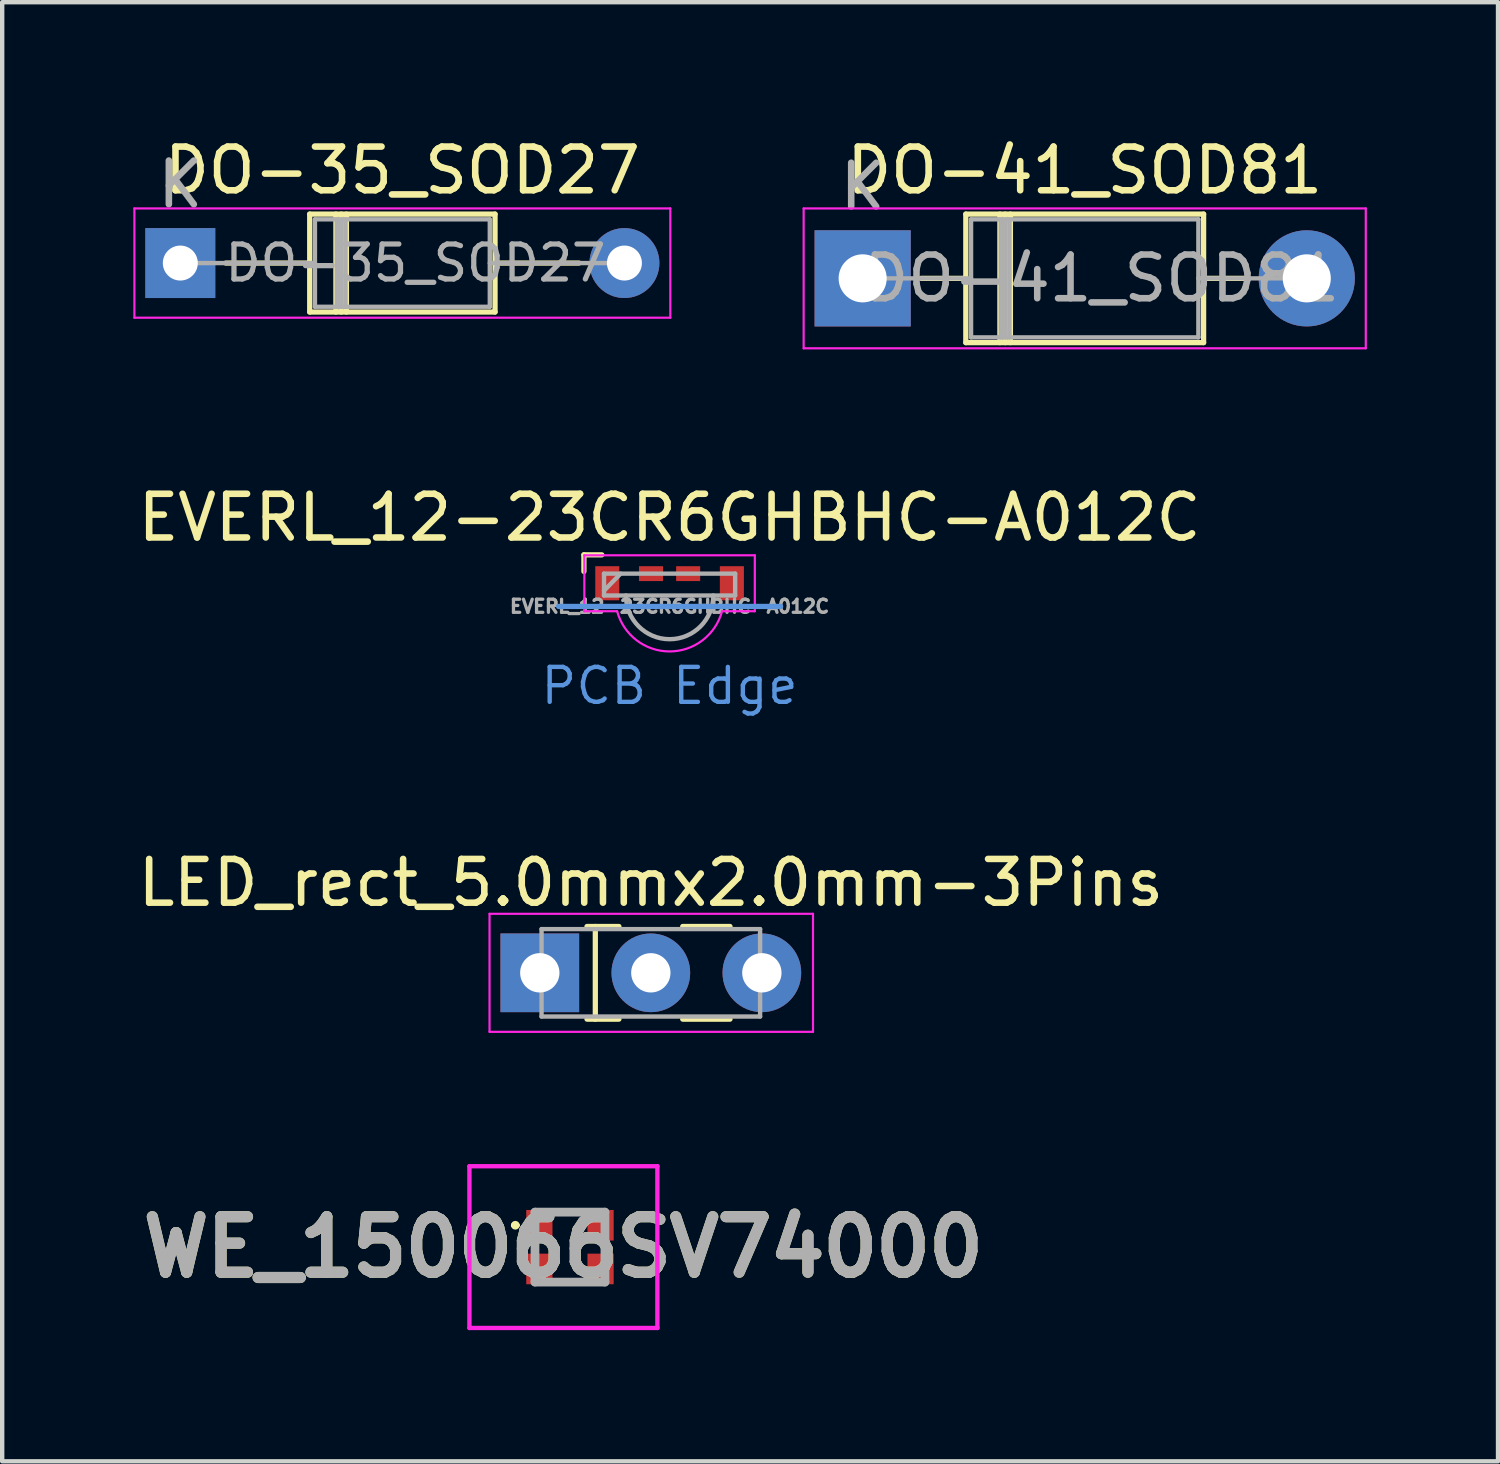
<source format=kicad_pcb>
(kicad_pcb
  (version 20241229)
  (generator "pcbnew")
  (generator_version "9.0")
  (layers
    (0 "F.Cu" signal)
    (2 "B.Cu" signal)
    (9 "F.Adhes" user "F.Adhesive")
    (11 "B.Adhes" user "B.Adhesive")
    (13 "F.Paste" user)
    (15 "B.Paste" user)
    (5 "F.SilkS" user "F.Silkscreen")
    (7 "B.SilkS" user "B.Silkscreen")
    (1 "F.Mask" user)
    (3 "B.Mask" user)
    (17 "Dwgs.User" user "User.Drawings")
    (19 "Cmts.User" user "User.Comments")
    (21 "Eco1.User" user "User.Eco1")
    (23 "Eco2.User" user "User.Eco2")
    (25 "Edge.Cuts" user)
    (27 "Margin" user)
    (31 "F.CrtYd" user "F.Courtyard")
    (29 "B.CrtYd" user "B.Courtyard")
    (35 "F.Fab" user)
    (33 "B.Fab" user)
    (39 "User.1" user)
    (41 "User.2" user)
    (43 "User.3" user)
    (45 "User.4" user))
  (footprint "EVERL_12-23CR6GHBHC-A012C"
    (layer "F.Cu")
    (at 12.268 10.823)
    (property "Reference" "EVERL_12-23CR6GHBHC-A012C" (at 0 -2.032 180) (layer "F.SilkS") (effects (font (size 1 1) (thickness 0.15))))
    (attr smd)
    (fp_line (start -1.96 -1.18) (end -1.55 -1.18) (stroke (width 0.12) (type solid)) (layer "F.SilkS"))
    (fp_line (start -1.96 -0.8) (end -1.96 -1.18) (stroke (width 0.12) (type solid)) (layer "F.SilkS"))
    (fp_line (start -2.54 0) (end 2.54 0) (stroke (width 0.12) (type default)) (layer "Cmts.User"))
    (fp_line (start -1.95 -1.17) (end -1.95 0.11) (stroke (width 0.05) (type solid)) (layer "F.CrtYd"))
    (fp_line (start -1.2 0.11) (end -1.95 0.11) (stroke (width 0.05) (type solid)) (layer "F.CrtYd"))
    (fp_line (start 1.95 -1.17) (end -1.95 -1.17) (stroke (width 0.05) (type solid)) (layer "F.CrtYd"))
    (fp_line (start 1.95 -1.17) (end 1.95 0.11) (stroke (width 0.05) (type solid)) (layer "F.CrtYd"))
    (fp_line (start 1.95 0.11) (end 1.2 0.11) (stroke (width 0.05) (type solid)) (layer "F.CrtYd"))
    (fp_arc (start 1.2 0.11) (mid 0 1.03) (end -1.2 0.11) (stroke (width 0.05) (type solid)) (layer "F.CrtYd"))
    (fp_line (start -1.5 -0.75) (end -1.5 -0.25) (stroke (width 0.1) (type solid)) (layer "F.Fab"))
    (fp_line (start -1.5 -0.36) (end -1.12 -0.75) (stroke (width 0.1) (type solid)) (layer "F.Fab"))
    (fp_line (start -1.5 -0.25) (end 1.5 -0.25) (stroke (width 0.1) (type solid)) (layer "F.Fab"))
    (fp_line (start 1.5 -0.75) (end -1.5 -0.75) (stroke (width 0.1) (type solid)) (layer "F.Fab"))
    (fp_line (start 1.5 -0.25) (end 1.5 -0.75) (stroke (width 0.1) (type solid)) (layer "F.Fab"))
    (fp_arc (start 1 -0.25) (mid 0 0.75) (end -1 -0.25) (stroke (width 0.1) (type solid)) (layer "F.Fab"))
    (fp_text user "PCB Edge" (at 0 2.286 0) (unlocked yes) (layer "Cmts.User") (effects (font (size 0.8 0.8) (thickness 0.1)) (justify bottom)))
    (fp_text user "${REFERENCE}" (at 0 0 180) (layer "F.Fab") (effects (font (size 0.3 0.3) (thickness 0.075))))
    (pad "1" smd rect (at 1.425 -0.53) (size 0.55 0.78) (layers "F.Cu" "F.Mask" "F.Paste"))
    (pad "2" smd rect (at 0.425 -0.75) (size 0.55 0.34) (layers "F.Cu" "F.Mask" "F.Paste"))
    (pad "3" smd rect (at -0.425 -0.75) (size 0.55 0.34) (layers "F.Cu" "F.Mask" "F.Paste"))
    (pad "4" smd rect (at -1.425 -0.53) (size 0.55 0.78) (layers "F.Cu" "F.Mask" "F.Paste")))
  (footprint "LED_rect_5.0mmx2.0mm-3Pins"
    (layer "F.Cu")
    (at 9.299 19.205)
    (property "Reference" "LED_rect_5.0mmx2.0mm-3Pins" (at 2.54 -2.06 0) (layer "F.SilkS") (effects (font (size 1 1) (thickness 0.15))))
    (attr through_hole)
    (fp_line (start 1.08 -1.06) (end 1.81 -1.06) (stroke (width 0.12) (type solid)) (layer "F.SilkS"))
    (fp_line (start 1.08 1.06) (end 1.81 1.06) (stroke (width 0.12) (type solid)) (layer "F.SilkS"))
    (fp_line (start 1.27 -1.06) (end 1.27 1.06) (stroke (width 0.12) (type solid)) (layer "F.SilkS"))
    (fp_line (start 3.27 -1.06) (end 4.351 -1.06) (stroke (width 0.12) (type solid)) (layer "F.SilkS"))
    (fp_line (start 3.27 1.06) (end 4.351 1.06) (stroke (width 0.12) (type solid)) (layer "F.SilkS"))
    (fp_line (start -1.15 -1.35) (end -1.15 1.35) (stroke (width 0.05) (type solid)) (layer "F.CrtYd"))
    (fp_line (start -1.15 1.35) (end 6.25 1.35) (stroke (width 0.05) (type solid)) (layer "F.CrtYd"))
    (fp_line (start 6.25 -1.35) (end -1.15 -1.35) (stroke (width 0.05) (type solid)) (layer "F.CrtYd"))
    (fp_line (start 6.25 1.35) (end 6.25 -1.35) (stroke (width 0.05) (type solid)) (layer "F.CrtYd"))
    (fp_line (start 0.04 -1) (end 0.04 1) (stroke (width 0.1) (type solid)) (layer "F.Fab"))
    (fp_line (start 0.04 1) (end 5.04 1) (stroke (width 0.1) (type solid)) (layer "F.Fab"))
    (fp_line (start 5.04 -1) (end 0.04 -1) (stroke (width 0.1) (type solid)) (layer "F.Fab"))
    (fp_line (start 5.04 1) (end 5.04 -1) (stroke (width 0.1) (type solid)) (layer "F.Fab"))
    (pad "1" thru_hole rect (at 0 0) (size 1.8 1.8) (drill 0.9) (layers "*.Cu" "*.Mask"))
    (pad "2" thru_hole circle (at 2.54 0) (size 1.8 1.8) (drill 0.9) (layers "*.Cu" "*.Mask"))
    (pad "3" thru_hole circle (at 5.08 0) (size 1.8 1.8) (drill 0.9) (layers "*.Cu" "*.Mask")))
  (footprint "WE_150066SV74000"
    (layer "F.Cu")
    (at 9.989 25.48)
    (property "Reference" "WE_150066SV74000" (at -0.15 0 0) (layer "F.SilkS") (effects (font (size 1.27 1.27) (thickness 0.254))))
    (attr smd)
    (fp_line (start -1.3 -0.5) (end -1.3 -0.5) (stroke (width 0.1) (type solid)) (layer "F.SilkS"))
    (fp_line (start -1.2 -0.5) (end -1.2 -0.5) (stroke (width 0.1) (type solid)) (layer "F.SilkS"))
    (fp_line (start -0.2 -0.8) (end 0.2 -0.8) (stroke (width 0.1) (type solid)) (layer "F.SilkS"))
    (fp_line (start -0.2 0.8) (end 0.2 0.8) (stroke (width 0.1) (type solid)) (layer "F.SilkS"))
    (fp_arc (start -1.3 -0.5) (mid -1.25 -0.55) (end -1.2 -0.5) (stroke (width 0.1) (type solid)) (layer "F.SilkS"))
    (fp_arc (start -1.2 -0.5) (mid -1.25 -0.45) (end -1.3 -0.5) (stroke (width 0.1) (type solid)) (layer "F.SilkS"))
    (fp_line (start -2.3 -1.85) (end 2 -1.85) (stroke (width 0.1) (type solid)) (layer "F.CrtYd"))
    (fp_line (start -2.3 1.85) (end -2.3 -1.85) (stroke (width 0.1) (type solid)) (layer "F.CrtYd"))
    (fp_line (start 2 -1.85) (end 2 1.85) (stroke (width 0.1) (type solid)) (layer "F.CrtYd"))
    (fp_line (start 2 1.85) (end -2.3 1.85) (stroke (width 0.1) (type solid)) (layer "F.CrtYd"))
    (fp_line (start -0.8 -0.8) (end 0.8 -0.8) (stroke (width 0.2) (type solid)) (layer "F.Fab"))
    (fp_line (start -0.8 0.8) (end -0.8 -0.8) (stroke (width 0.2) (type solid)) (layer "F.Fab"))
    (fp_line (start 0.8 -0.8) (end 0.8 0.8) (stroke (width 0.2) (type solid)) (layer "F.Fab"))
    (fp_line (start 0.8 0.8) (end -0.8 0.8) (stroke (width 0.2) (type solid)) (layer "F.Fab"))
    (fp_text user "${REFERENCE}" (at -0.15 0 0) (layer "F.Fab") (effects (font (size 1.27 1.27) (thickness 0.254))))
    (pad "1" smd rect (at -0.7 -0.5) (size 0.6 0.7) (layers "F.Cu" "F.Mask" "F.Paste"))
    (pad "2" smd rect (at 0.7 -0.5) (size 0.6 0.7) (layers "F.Cu" "F.Mask" "F.Paste"))
    (pad "3" smd rect (at -0.7 0.5) (size 0.6 0.7) (layers "F.Cu" "F.Mask" "F.Paste"))
    (pad "4" smd rect (at 0.7 0.5) (size 0.6 0.7) (layers "F.Cu" "F.Mask" "F.Paste")))
  (footprint "DO-41_SOD81"
    (layer "F.Cu")
    (at 16.685 3.318)
    (property "Reference" "DO-41_SOD81" (at 5.08 -2.47 0) (layer "F.SilkS") (effects (font (size 1 1) (thickness 0.15))))
    (attr through_hole)
    (fp_line (start 1.34 0) (end 2.36 0) (stroke (width 0.12) (type solid)) (layer "F.SilkS"))
    (fp_line (start 2.36 -1.47) (end 2.36 1.47) (stroke (width 0.12) (type solid)) (layer "F.SilkS"))
    (fp_line (start 2.36 1.47) (end 7.8 1.47) (stroke (width 0.12) (type solid)) (layer "F.SilkS"))
    (fp_line (start 3.14 -1.47) (end 3.14 1.47) (stroke (width 0.12) (type solid)) (layer "F.SilkS"))
    (fp_line (start 3.26 -1.47) (end 3.26 1.47) (stroke (width 0.12) (type solid)) (layer "F.SilkS"))
    (fp_line (start 3.38 -1.47) (end 3.38 1.47) (stroke (width 0.12) (type solid)) (layer "F.SilkS"))
    (fp_line (start 7.8 -1.47) (end 2.36 -1.47) (stroke (width 0.12) (type solid)) (layer "F.SilkS"))
    (fp_line (start 7.8 1.47) (end 7.8 -1.47) (stroke (width 0.12) (type solid)) (layer "F.SilkS"))
    (fp_line (start 8.82 0) (end 7.8 0) (stroke (width 0.12) (type solid)) (layer "F.SilkS"))
    (fp_line (start -1.35 -1.6) (end -1.35 1.6) (stroke (width 0.05) (type solid)) (layer "F.CrtYd"))
    (fp_line (start -1.35 1.6) (end 11.51 1.6) (stroke (width 0.05) (type solid)) (layer "F.CrtYd"))
    (fp_line (start 11.51 -1.6) (end -1.35 -1.6) (stroke (width 0.05) (type solid)) (layer "F.CrtYd"))
    (fp_line (start 11.51 1.6) (end 11.51 -1.6) (stroke (width 0.05) (type solid)) (layer "F.CrtYd"))
    (fp_line (start 0 0) (end 2.48 0) (stroke (width 0.1) (type solid)) (layer "F.Fab"))
    (fp_line (start 2.48 -1.35) (end 2.48 1.35) (stroke (width 0.1) (type solid)) (layer "F.Fab"))
    (fp_line (start 2.48 1.35) (end 7.68 1.35) (stroke (width 0.1) (type solid)) (layer "F.Fab"))
    (fp_line (start 3.16 -1.35) (end 3.16 1.35) (stroke (width 0.1) (type solid)) (layer "F.Fab"))
    (fp_line (start 3.26 -1.35) (end 3.26 1.35) (stroke (width 0.1) (type solid)) (layer "F.Fab"))
    (fp_line (start 3.36 -1.35) (end 3.36 1.35) (stroke (width 0.1) (type solid)) (layer "F.Fab"))
    (fp_line (start 7.68 -1.35) (end 2.48 -1.35) (stroke (width 0.1) (type solid)) (layer "F.Fab"))
    (fp_line (start 7.68 1.35) (end 7.68 -1.35) (stroke (width 0.1) (type solid)) (layer "F.Fab"))
    (fp_line (start 10.16 0) (end 7.68 0) (stroke (width 0.1) (type solid)) (layer "F.Fab"))
    (fp_text user "K" (at 0 -2.1 0) (layer "F.Fab") (effects (font (size 1 1) (thickness 0.15))))
    (fp_text user "${REFERENCE}" (at 5.47 0 0) (layer "F.Fab") (effects (font (size 1 1) (thickness 0.15))))
    (pad "1" thru_hole rect (at 0 0) (size 2.2 2.2) (drill 1.1) (layers "*.Cu" "*.Mask"))
    (pad "2" thru_hole oval (at 10.16 0) (size 2.2 2.2) (drill 1.1) (layers "*.Cu" "*.Mask")))
  (footprint "DO-35_SOD27"
    (layer "F.Cu")
    (at 1.075 2.968)
    (property "Reference" "DO-35_SOD27" (at 5.08 -2.12 0) (layer "F.SilkS") (effects (font (size 1 1) (thickness 0.15))))
    (attr through_hole)
    (fp_line (start 1.04 0) (end 2.96 0) (stroke (width 0.12) (type solid)) (layer "F.SilkS"))
    (fp_line (start 2.96 -1.12) (end 2.96 1.12) (stroke (width 0.12) (type solid)) (layer "F.SilkS"))
    (fp_line (start 2.96 1.12) (end 7.2 1.12) (stroke (width 0.12) (type solid)) (layer "F.SilkS"))
    (fp_line (start 3.56 -1.12) (end 3.56 1.12) (stroke (width 0.12) (type solid)) (layer "F.SilkS"))
    (fp_line (start 3.68 -1.12) (end 3.68 1.12) (stroke (width 0.12) (type solid)) (layer "F.SilkS"))
    (fp_line (start 3.8 -1.12) (end 3.8 1.12) (stroke (width 0.12) (type solid)) (layer "F.SilkS"))
    (fp_line (start 7.2 -1.12) (end 2.96 -1.12) (stroke (width 0.12) (type solid)) (layer "F.SilkS"))
    (fp_line (start 7.2 1.12) (end 7.2 -1.12) (stroke (width 0.12) (type solid)) (layer "F.SilkS"))
    (fp_line (start 9.12 0) (end 7.2 0) (stroke (width 0.12) (type solid)) (layer "F.SilkS"))
    (fp_line (start -1.05 -1.25) (end -1.05 1.25) (stroke (width 0.05) (type solid)) (layer "F.CrtYd"))
    (fp_line (start -1.05 1.25) (end 11.21 1.25) (stroke (width 0.05) (type solid)) (layer "F.CrtYd"))
    (fp_line (start 11.21 -1.25) (end -1.05 -1.25) (stroke (width 0.05) (type solid)) (layer "F.CrtYd"))
    (fp_line (start 11.21 1.25) (end 11.21 -1.25) (stroke (width 0.05) (type solid)) (layer "F.CrtYd"))
    (fp_line (start 0 0) (end 3.08 0) (stroke (width 0.1) (type solid)) (layer "F.Fab"))
    (fp_line (start 3.08 -1) (end 3.08 1) (stroke (width 0.1) (type solid)) (layer "F.Fab"))
    (fp_line (start 3.08 1) (end 7.08 1) (stroke (width 0.1) (type solid)) (layer "F.Fab"))
    (fp_line (start 3.58 -1) (end 3.58 1) (stroke (width 0.1) (type solid)) (layer "F.Fab"))
    (fp_line (start 3.68 -1) (end 3.68 1) (stroke (width 0.1) (type solid)) (layer "F.Fab"))
    (fp_line (start 3.78 -1) (end 3.78 1) (stroke (width 0.1) (type solid)) (layer "F.Fab"))
    (fp_line (start 7.08 -1) (end 3.08 -1) (stroke (width 0.1) (type solid)) (layer "F.Fab"))
    (fp_line (start 7.08 1) (end 7.08 -1) (stroke (width 0.1) (type solid)) (layer "F.Fab"))
    (fp_line (start 10.16 0) (end 7.08 0) (stroke (width 0.1) (type solid)) (layer "F.Fab"))
    (fp_text user "${REFERENCE}" (at 5.38 0 0) (layer "F.Fab") (effects (font (size 0.8 0.8) (thickness 0.12))))
    (fp_text user "K" (at 0 -1.8 0) (layer "F.Fab") (effects (font (size 1 1) (thickness 0.15))))
    (pad "1" thru_hole oval (at 10.16 0) (size 1.6 1.6) (drill 0.8) (layers "*.Cu" "*.Mask"))
    (pad "2" thru_hole rect (at 0 0) (size 1.6 1.6) (drill 0.8) (layers "*.Cu" "*.Mask")))
  (gr_rect
    (start -3 -3)
    (end 31.22 30.38)
    (stroke (width 0.1) (type default))
    (fill no)
    (layer "Edge.Cuts")))
</source>
